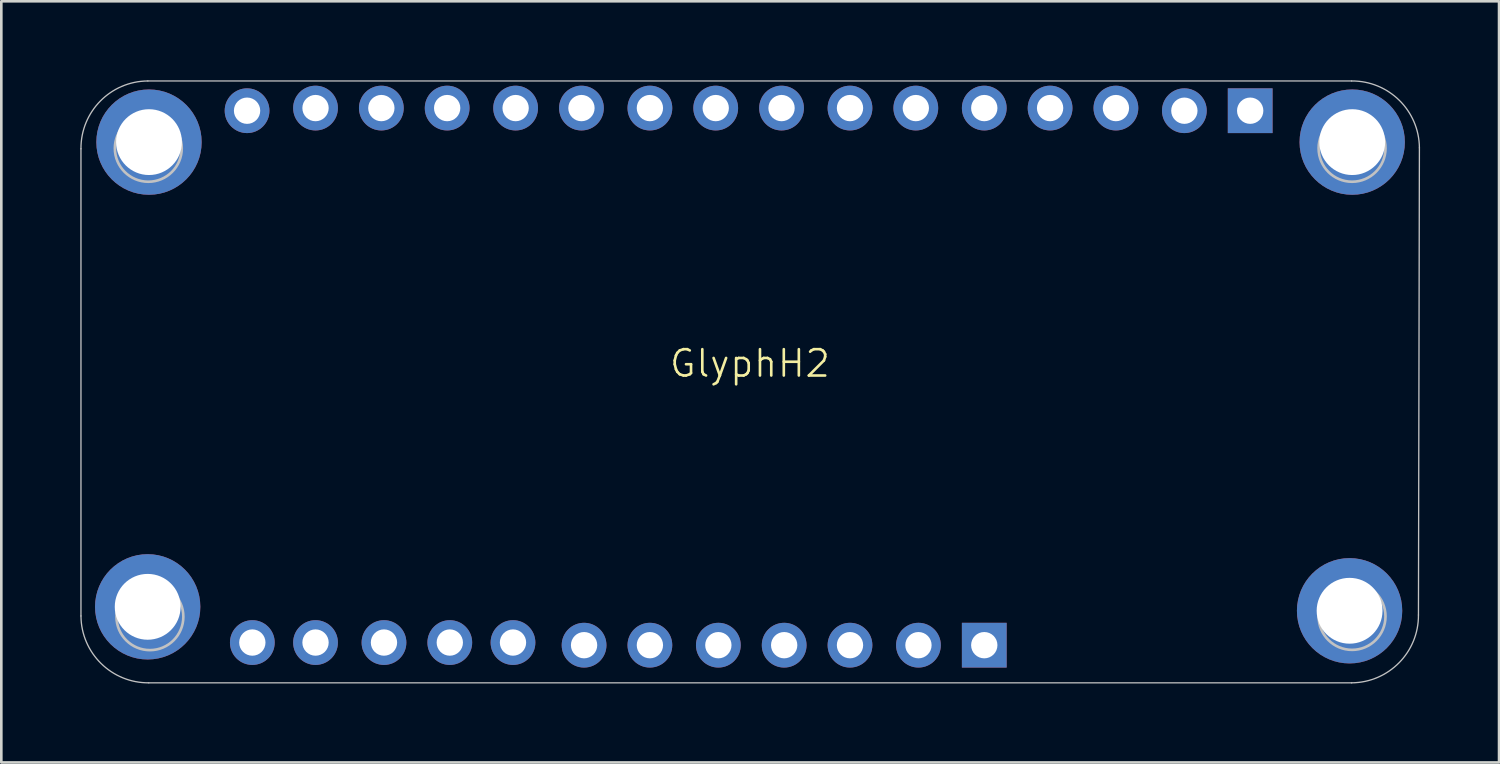
<source format=kicad_pcb>
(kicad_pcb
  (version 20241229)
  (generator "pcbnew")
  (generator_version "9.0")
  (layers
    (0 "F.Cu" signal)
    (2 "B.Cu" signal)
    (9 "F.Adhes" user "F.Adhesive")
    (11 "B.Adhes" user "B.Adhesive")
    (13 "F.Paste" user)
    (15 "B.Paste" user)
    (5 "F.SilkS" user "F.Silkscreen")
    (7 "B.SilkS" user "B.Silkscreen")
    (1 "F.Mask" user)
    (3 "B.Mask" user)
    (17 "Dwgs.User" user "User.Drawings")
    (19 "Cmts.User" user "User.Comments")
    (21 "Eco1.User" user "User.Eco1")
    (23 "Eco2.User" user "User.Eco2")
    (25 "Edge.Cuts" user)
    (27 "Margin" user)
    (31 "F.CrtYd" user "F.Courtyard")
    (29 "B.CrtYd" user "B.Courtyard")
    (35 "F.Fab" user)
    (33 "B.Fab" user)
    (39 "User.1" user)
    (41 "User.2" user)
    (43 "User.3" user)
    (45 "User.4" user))
  (footprint "GlyphH2"
    (layer "F.Cu")
    (at 25.434 11.255)
    (property "Reference" "GlyphH2" (at 0 -0.5 0) (unlocked yes) (layer "F.SilkS") (effects (font (size 1 1) (thickness 0.1))))
    (attr smd)
    (fp_line (start -25.409 9.09) (end -25.409 -8.654) (stroke (width 0.05) (type default)) (layer "Dwgs.User"))
    (fp_line (start -22.869 -11.23) (end 22.851 -11.23) (stroke (width 0.05) (type default)) (layer "Dwgs.User"))
    (fp_line (start 22.851 11.63) (end -22.833 11.63) (stroke (width 0.05) (type default)) (layer "Dwgs.User"))
    (fp_line (start 25.427 -8.69) (end 25.391 9.054) (stroke (width 0.05) (type default)) (layer "Dwgs.User"))
    (fp_arc (start -25.40876 -8.653842) (mid -24.672367 -10.467838) (end -22.869019 -11.229935) (stroke (width 0.05) (type default)) (layer "Dwgs.User"))
    (fp_arc (start -22.832926 11.629804) (mid -24.646927 10.893416) (end -25.409019 9.090063) (stroke (width 0.05) (type default)) (layer "Dwgs.User"))
    (fp_arc (start 22.850972 -11.229934) (mid 24.665016 -10.49359) (end 25.427065 -8.690193) (stroke (width 0.05) (type default)) (layer "Dwgs.User"))
    (fp_arc (start 25.390713 9.053971) (mid 24.654337 10.867983) (end 22.850972 11.630064) (stroke (width 0.05) (type default)) (layer "Dwgs.User"))
    (fp_circle (center -22.851 -8.672) (end -21.581 -8.672) (stroke (width 0.1) (type default)) (fill no) (layer "Dwgs.User"))
    (fp_circle (center -22.79 9.118) (end -21.52 9.118) (stroke (width 0.1) (type default)) (fill no) (layer "Dwgs.User"))
    (fp_circle (center 22.869 -8.672) (end 24.139 -8.672) (stroke (width 0.1) (type default)) (fill no) (layer "Dwgs.User"))
    (fp_circle (center 22.869 9.108) (end 24.139 9.108) (stroke (width 0.1) (type default)) (fill no) (layer "Dwgs.User"))
    (pad "" thru_hole circle (at -22.875 8.743 180) (size 4 4) (drill 2.5) (layers "*.Cu" "*.Mask") (remove_unused_layers yes) (keep_end_layers yes) (zone_layer_connections))
    (pad "" thru_hole circle (at -22.825 -8.907 180) (size 4 4) (drill 2.5) (layers "*.Cu" "*.Mask") (remove_unused_layers yes) (keep_end_layers yes) (zone_layer_connections))
    (pad "" thru_hole circle (at 22.775 8.893 180) (size 4 4) (drill 2.5) (layers "*.Cu" "*.Mask") (remove_unused_layers yes) (keep_end_layers yes) (zone_layer_connections))
    (pad "" thru_hole circle (at 22.875 -8.907 180) (size 4 4) (drill 2.5) (layers "*.Cu" "*.Mask") (remove_unused_layers yes) (keep_end_layers yes) (zone_layer_connections))
    (pad "1" thru_hole oval (at -18.9 10.1 90) (size 1.7 1.7) (drill 1) (layers "*.Cu" "*.Mask"))
    (pad "2" thru_hole oval (at -16.5 10.1 90) (size 1.7 1.7) (drill 1) (layers "*.Cu" "*.Mask"))
    (pad "3" thru_hole oval (at -13.9 10.1 90) (size 1.7 1.7) (drill 1) (layers "*.Cu" "*.Mask"))
    (pad "4" thru_hole oval (at -11.4 10.1 90) (size 1.7 1.7) (drill 1) (layers "*.Cu" "*.Mask"))
    (pad "5" thru_hole oval (at -9 10.1 90) (size 1.7 1.7) (drill 1) (layers "*.Cu" "*.Mask"))
    (pad "6" thru_hole oval (at -6.3 10.2 90) (size 1.7 1.7) (drill 1) (layers "*.Cu" "*.Mask"))
    (pad "7" thru_hole oval (at -3.8 10.2 90) (size 1.7 1.7) (drill 1) (layers "*.Cu" "*.Mask"))
    (pad "8" thru_hole oval (at -1.2 10.2 90) (size 1.7 1.7) (drill 1) (layers "*.Cu" "*.Mask"))
    (pad "9" thru_hole oval (at 1.3 10.2 90) (size 1.7 1.7) (drill 1) (layers "*.Cu" "*.Mask"))
    (pad "10" thru_hole oval (at 3.8 10.2 90) (size 1.7 1.7) (drill 1) (layers "*.Cu" "*.Mask"))
    (pad "11" thru_hole oval (at 6.4 10.2 90) (size 1.7 1.7) (drill 1) (layers "*.Cu" "*.Mask"))
    (pad "12" thru_hole rect (at 8.9 10.2 90) (size 1.7 1.7) (drill 1) (layers "*.Cu" "*.Mask"))
    (pad "13" thru_hole rect (at 19 -10.1 90) (size 1.7 1.7) (drill 1) (layers "*.Cu" "*.Mask"))
    (pad "14" thru_hole oval (at 16.5 -10.1 90) (size 1.7 1.7) (drill 1) (layers "*.Cu" "*.Mask"))
    (pad "15" thru_hole oval (at 13.9 -10.2 90) (size 1.7 1.7) (drill 1) (layers "*.Cu" "*.Mask"))
    (pad "16" thru_hole oval (at 11.4 -10.2 90) (size 1.7 1.7) (drill 1) (layers "*.Cu" "*.Mask"))
    (pad "17" thru_hole oval (at 8.9 -10.2 90) (size 1.7 1.7) (drill 1) (layers "*.Cu" "*.Mask"))
    (pad "18" thru_hole oval (at 6.3 -10.2 90) (size 1.7 1.7) (drill 1) (layers "*.Cu" "*.Mask"))
    (pad "19" thru_hole oval (at 3.8 -10.2 90) (size 1.7 1.7) (drill 1) (layers "*.Cu" "*.Mask"))
    (pad "20" thru_hole oval (at 1.2 -10.2 90) (size 1.7 1.7) (drill 1) (layers "*.Cu" "*.Mask"))
    (pad "21" thru_hole oval (at -1.3 -10.2 90) (size 1.7 1.7) (drill 1) (layers "*.Cu" "*.Mask"))
    (pad "22" thru_hole oval (at -3.8 -10.2 90) (size 1.7 1.7) (drill 1) (layers "*.Cu" "*.Mask"))
    (pad "23" thru_hole oval (at -6.4 -10.2 90) (size 1.7 1.7) (drill 1) (layers "*.Cu" "*.Mask"))
    (pad "24" thru_hole oval (at -8.9 -10.2 90) (size 1.7 1.7) (drill 1) (layers "*.Cu" "*.Mask"))
    (pad "25" thru_hole oval (at -11.5 -10.2 90) (size 1.7 1.7) (drill 1) (layers "*.Cu" "*.Mask"))
    (pad "26" thru_hole oval (at -14 -10.2 90) (size 1.7 1.7) (drill 1) (layers "*.Cu" "*.Mask"))
    (pad "27" thru_hole oval (at -16.5 -10.2 90) (size 1.7 1.7) (drill 1) (layers "*.Cu" "*.Mask"))
    (pad "28" thru_hole oval (at -19.1 -10.1 90) (size 1.7 1.7) (drill 1) (layers "*.Cu" "*.Mask")))
  (gr_rect
    (start -3 -3)
    (end 53.886 25.91)
    (stroke (width 0.1) (type default))
    (fill no)
    (layer "Edge.Cuts")))
</source>
